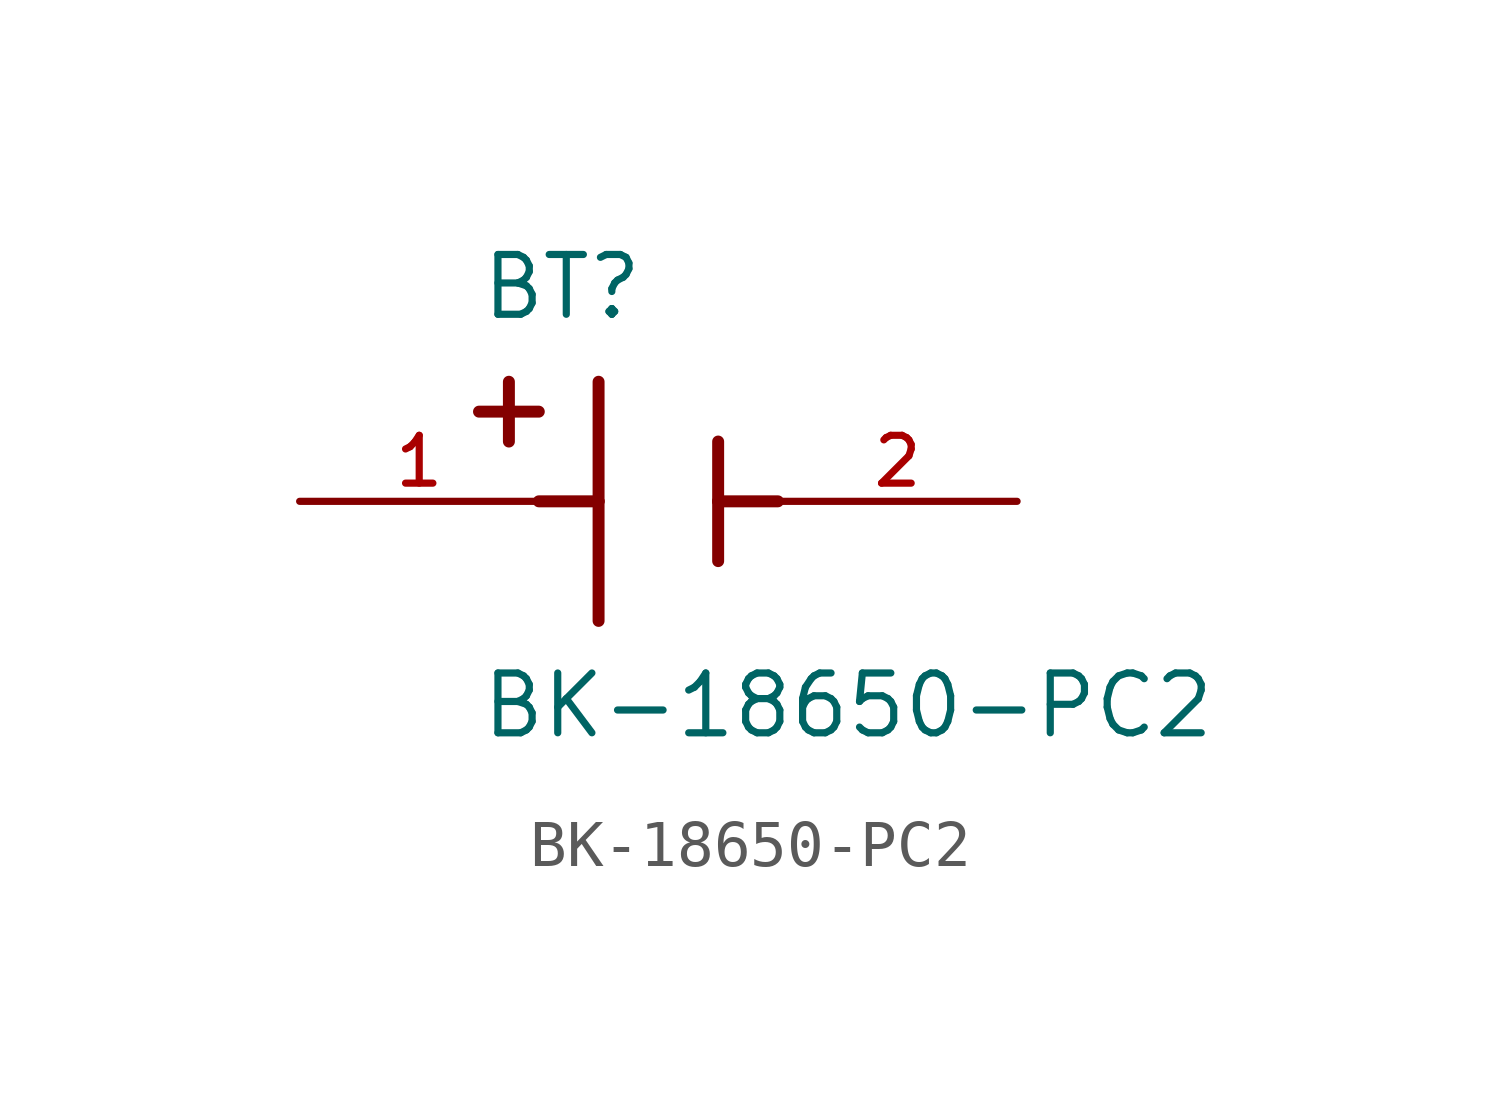
<source format=kicad_sym>
(kicad_symbol_lib
  (version 20231120)
  (generator "kicad_symbol_editor")
  (generator_version "8.0")
  (symbol "BK-18650-PC2"
    (pin_names
      (offset 1.016))
    (property "Reference" "BT"
      (at -3.81 3.81 0)
      (effects (font (size 1.27 1.27)) (justify left bottom)))
    (property "Value" "BK-18650-PC2"
      (at -3.81 -5.08 0)
      (effects (font (size 1.27 1.27)) (justify left bottom)))
    (symbol "BK-18650-PC2_0_0"
      (polyline (pts (xy -3.81 1.905) (xy -2.54 1.905)) (stroke (width 0.254) (type default)) (fill (type none)))
      (polyline (pts (xy -3.175 2.54) (xy -3.175 1.27)) (stroke (width 0.254) (type default)) (fill (type none)))
      (polyline (pts (xy -1.27 0) (xy -2.54 0)) (stroke (width 0.254) (type default)) (fill (type none)))
      (polyline (pts (xy -1.27 0) (xy -1.27 -2.54)) (stroke (width 0.254) (type default)) (fill (type none)))
      (polyline (pts (xy -1.27 2.54) (xy -1.27 0)) (stroke (width 0.254) (type default)) (fill (type none)))
      (polyline (pts (xy 1.27 0) (xy 1.27 -1.27)) (stroke (width 0.254) (type default)) (fill (type none)))
      (polyline (pts (xy 1.27 0) (xy 2.54 0)) (stroke (width 0.254) (type default)) (fill (type none)))
      (polyline (pts (xy 1.27 1.27) (xy 1.27 0)) (stroke (width 0.254) (type default)) (fill (type none)))
      (pin passive line (at -7.62 0 0) (length 5.08) (name "~" (effects (font (size 1.016 1.016)))) (number "1" (effects (font (size 1.016 1.016)))))
      (pin passive line (at 7.62 0 180) (length 5.08) (name "~" (effects (font (size 1.016 1.016)))) (number "2" (effects (font (size 1.016 1.016))))))))
</source>
